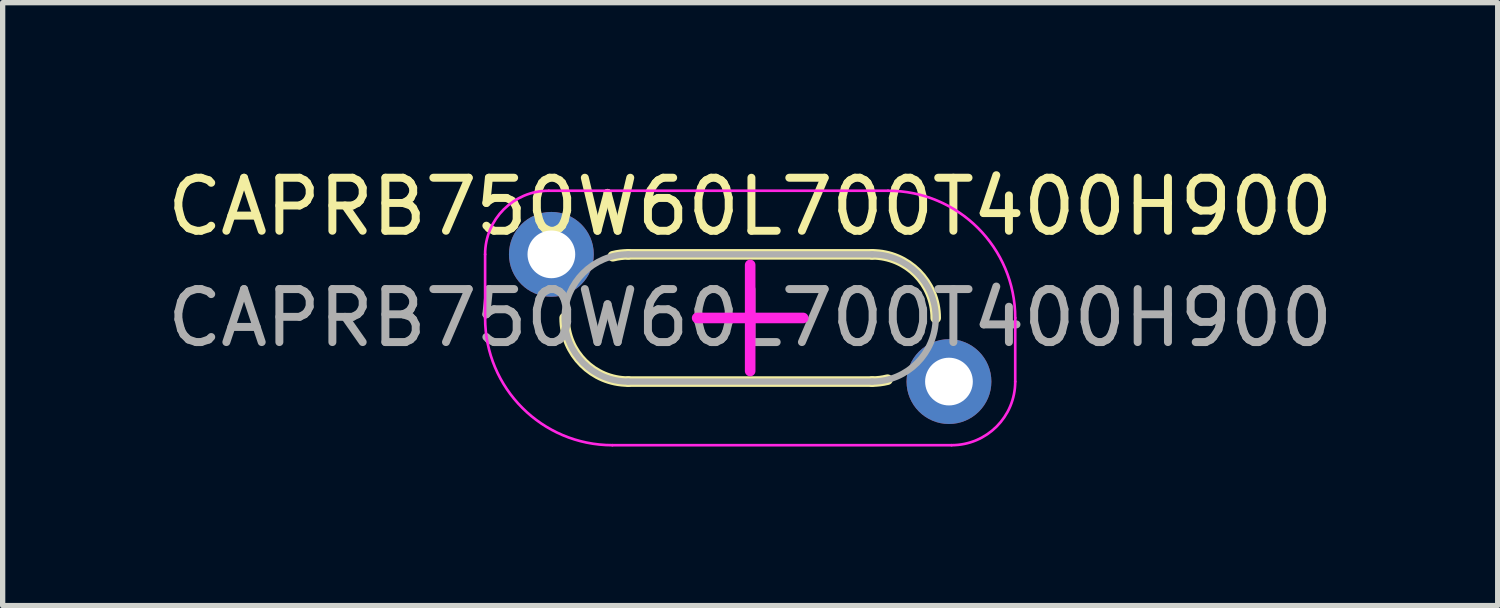
<source format=kicad_pcb>
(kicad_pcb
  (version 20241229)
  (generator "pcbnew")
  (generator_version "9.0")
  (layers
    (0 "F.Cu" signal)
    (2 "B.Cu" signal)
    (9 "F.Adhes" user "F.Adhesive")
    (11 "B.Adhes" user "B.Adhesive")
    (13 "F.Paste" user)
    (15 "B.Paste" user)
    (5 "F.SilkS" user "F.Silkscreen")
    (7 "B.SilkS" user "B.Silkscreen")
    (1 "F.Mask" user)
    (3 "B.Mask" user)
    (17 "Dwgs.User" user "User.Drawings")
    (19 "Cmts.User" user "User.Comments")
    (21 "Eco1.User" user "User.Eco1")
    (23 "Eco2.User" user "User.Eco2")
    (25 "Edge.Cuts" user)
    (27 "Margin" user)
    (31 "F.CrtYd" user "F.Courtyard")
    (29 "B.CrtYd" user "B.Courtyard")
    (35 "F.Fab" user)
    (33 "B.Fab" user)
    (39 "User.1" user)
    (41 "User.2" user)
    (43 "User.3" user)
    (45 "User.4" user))
  (footprint "CAPRB750W60L700T400H900"
    (layer "F.Cu")
    (at 11.101 2.948)
    (property "Reference" "CAPRB750W60L700T400H900" (at 0 -2.1 0) (layer "F.SilkS") (effects (font (size 1 1) (thickness 0.15))))
    (attr through_hole)
    (fp_line (start -2.3 1.2) (end 2.3 1.2) (stroke (width 0.2) (type solid)) (layer "F.SilkS"))
    (fp_line (start 2.3 -1.2) (end -2.3 -1.2) (stroke (width 0.2) (type solid)) (layer "F.SilkS"))
    (fp_arc (start -2.591043 -1.164171) (mid -2.44662 -1.191009) (end -2.3 -1.2) (stroke (width 0.2) (type solid)) (layer "F.SilkS"))
    (fp_arc (start -2.3 1.2) (mid -3.148528 0.848528) (end -3.5 0) (stroke (width 0.2) (type solid)) (layer "F.SilkS"))
    (fp_arc (start 2.3 -1.2) (mid 3.148528 -0.848528) (end 3.5 0) (stroke (width 0.2) (type solid)) (layer "F.SilkS"))
    (fp_arc (start 2.591043 1.164171) (mid 2.44662 1.191009) (end 2.3 1.2) (stroke (width 0.2) (type solid)) (layer "F.SilkS"))
    (fp_line (start -5 0) (end -5 -1.2) (stroke (width 0.05) (type solid)) (layer "F.CrtYd"))
    (fp_line (start -2.6 2.4) (end 3.8 2.4) (stroke (width 0.05) (type solid)) (layer "F.CrtYd"))
    (fp_line (start 0 1) (end 0 -1) (stroke (width 0.2) (type solid)) (layer "F.CrtYd"))
    (fp_line (start 1 0) (end -1 0) (stroke (width 0.2) (type solid)) (layer "F.CrtYd"))
    (fp_line (start 2.6 -2.4) (end -3.8 -2.4) (stroke (width 0.05) (type solid)) (layer "F.CrtYd"))
    (fp_line (start 5 0) (end 5 1.2) (stroke (width 0.05) (type solid)) (layer "F.CrtYd"))
    (fp_arc (start -5 -1.2) (mid -4.648528 -2.048528) (end -3.8 -2.4) (stroke (width 0.05) (type solid)) (layer "F.CrtYd"))
    (fp_arc (start -2.6 2.4) (mid -4.297056 1.697056) (end -5 0) (stroke (width 0.05) (type solid)) (layer "F.CrtYd"))
    (fp_arc (start 2.6 -2.4) (mid 4.297056 -1.697056) (end 5 0) (stroke (width 0.05) (type solid)) (layer "F.CrtYd"))
    (fp_arc (start 5 1.2) (mid 4.648528 2.048528) (end 3.8 2.4) (stroke (width 0.05) (type solid)) (layer "F.CrtYd"))
    (fp_line (start -2.3 -1.2) (end 2.3 -1.2) (stroke (width 0.12) (type solid)) (layer "F.Fab"))
    (fp_line (start 2.3 1.2) (end -2.3 1.2) (stroke (width 0.12) (type solid)) (layer "F.Fab"))
    (fp_arc (start -2.3 1.2) (mid -3.5 0) (end -2.3 -1.2) (stroke (width 0.12) (type solid)) (layer "F.Fab"))
    (fp_arc (start 2.3 -1.2) (mid 3.5 0) (end 2.3 1.2) (stroke (width 0.12) (type solid)) (layer "F.Fab"))
    (fp_text user "${REFERENCE}" (at 0 0 0) (layer "F.Fab") (effects (font (size 1 1) (thickness 0.15))))
    (pad "1" thru_hole circle (at -3.75 -1.2) (size 1.6 1.6) (drill 0.9) (layers "*.Cu" "*.Mask"))
    (pad "2" thru_hole circle (at 3.75 1.2) (size 1.6 1.6) (drill 0.9) (layers "*.Cu" "*.Mask")))
  (gr_rect
    (start -3 -3)
    (end 25.202 8.373)
    (stroke (width 0.1) (type default))
    (fill no)
    (layer "Edge.Cuts")))
</source>
